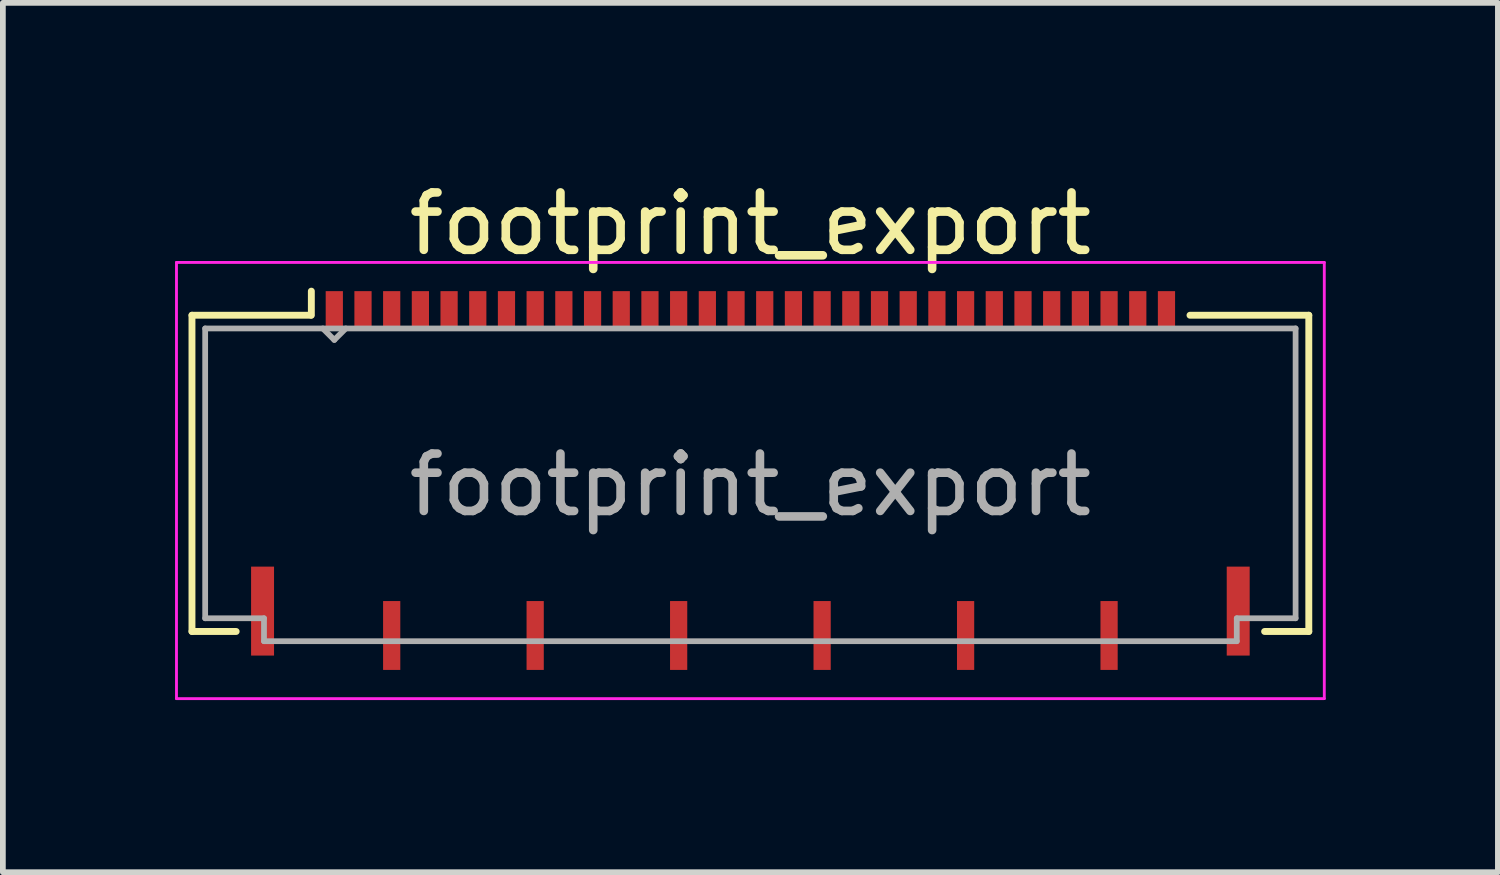
<source format=kicad_pcb>
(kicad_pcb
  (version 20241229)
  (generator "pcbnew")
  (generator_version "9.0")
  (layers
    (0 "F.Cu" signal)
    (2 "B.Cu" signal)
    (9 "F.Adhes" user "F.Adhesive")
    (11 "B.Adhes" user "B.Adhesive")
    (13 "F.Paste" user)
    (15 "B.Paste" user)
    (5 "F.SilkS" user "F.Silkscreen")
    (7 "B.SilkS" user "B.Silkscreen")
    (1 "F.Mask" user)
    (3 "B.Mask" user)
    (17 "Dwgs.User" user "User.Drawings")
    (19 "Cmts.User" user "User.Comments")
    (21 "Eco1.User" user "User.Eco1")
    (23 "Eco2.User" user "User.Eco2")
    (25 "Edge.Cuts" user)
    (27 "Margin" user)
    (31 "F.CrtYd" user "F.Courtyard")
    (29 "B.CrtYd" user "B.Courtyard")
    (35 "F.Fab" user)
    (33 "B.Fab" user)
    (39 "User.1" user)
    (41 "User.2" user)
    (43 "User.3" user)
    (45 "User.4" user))
  (footprint "footprint_export"
    (layer "F.Cu")
    (at 10.025 5.323)
    (property "Reference" "footprint_export" (at 0 -4.475 0) (layer "F.SilkS") (effects (font (size 1 1) (thickness 0.15))))
    (attr smd)
    (fp_line (start -9.73 -2.88) (end -9.73 2.63) (stroke (width 0.12) (type solid)) (layer "F.SilkS"))
    (fp_line (start -9.73 2.63) (end -8.96 2.63) (stroke (width 0.12) (type solid)) (layer "F.SilkS"))
    (fp_line (start -7.66 -2.88) (end -9.73 -2.88) (stroke (width 0.12) (type solid)) (layer "F.SilkS"))
    (fp_line (start -7.65 -2.88) (end -7.65 -3.3) (stroke (width 0.12) (type solid)) (layer "F.SilkS"))
    (fp_line (start 7.66 -2.88) (end 9.73 -2.88) (stroke (width 0.12) (type solid)) (layer "F.SilkS"))
    (fp_line (start 9.73 -2.88) (end 9.73 2.63) (stroke (width 0.12) (type solid)) (layer "F.SilkS"))
    (fp_line (start 9.73 2.63) (end 8.96 2.63) (stroke (width 0.12) (type solid)) (layer "F.SilkS"))
    (fp_line (start -10 -3.8) (end -10 3.8) (stroke (width 0.05) (type solid)) (layer "F.CrtYd"))
    (fp_line (start -10 -3.8) (end 10 -3.8) (stroke (width 0.05) (type solid)) (layer "F.CrtYd"))
    (fp_line (start -10 3.8) (end 10 3.8) (stroke (width 0.05) (type solid)) (layer "F.CrtYd"))
    (fp_line (start 10 -3.8) (end 10 3.8) (stroke (width 0.05) (type solid)) (layer "F.CrtYd"))
    (fp_line (start -9.5 -2.65) (end 9.5 -2.65) (stroke (width 0.1) (type solid)) (layer "F.Fab"))
    (fp_line (start -9.5 2.4) (end -9.5 -2.65) (stroke (width 0.1) (type solid)) (layer "F.Fab"))
    (fp_line (start -8.475 2.4) (end -9.5 2.4) (stroke (width 0.1) (type solid)) (layer "F.Fab"))
    (fp_line (start -8.475 2.8) (end -8.475 2.4) (stroke (width 0.1) (type solid)) (layer "F.Fab"))
    (fp_line (start -7.45 -2.65) (end -7.25 -2.45) (stroke (width 0.1) (type solid)) (layer "F.Fab"))
    (fp_line (start -7.25 -2.45) (end -7.05 -2.65) (stroke (width 0.1) (type solid)) (layer "F.Fab"))
    (fp_line (start 8.475 2.4) (end 8.475 2.8) (stroke (width 0.1) (type solid)) (layer "F.Fab"))
    (fp_line (start 8.475 2.8) (end -8.475 2.8) (stroke (width 0.1) (type solid)) (layer "F.Fab"))
    (fp_line (start 9.5 -2.65) (end 9.5 2.4) (stroke (width 0.1) (type solid)) (layer "F.Fab"))
    (fp_line (start 9.5 2.4) (end 8.475 2.4) (stroke (width 0.1) (type solid)) (layer "F.Fab"))
    (fp_text user "${REFERENCE}" (at 0 0.075 0) (layer "F.Fab") (effects (font (size 1 1) (thickness 0.15))))
    (pad "1" smd rect (at -7.25 -2.975) (size 0.3 0.65) (layers "F.Cu" "F.Mask" "F.Paste"))
    (pad "2" smd rect (at -6.75 -2.975) (size 0.3 0.65) (layers "F.Cu" "F.Mask" "F.Paste"))
    (pad "3" smd rect (at -6.25 -2.975) (size 0.3 0.65) (layers "F.Cu" "F.Mask" "F.Paste"))
    (pad "4" smd rect (at -5.75 -2.975) (size 0.3 0.65) (layers "F.Cu" "F.Mask" "F.Paste"))
    (pad "5" smd rect (at -5.25 -2.975) (size 0.3 0.65) (layers "F.Cu" "F.Mask" "F.Paste"))
    (pad "6" smd rect (at -4.75 -2.975) (size 0.3 0.65) (layers "F.Cu" "F.Mask" "F.Paste"))
    (pad "7" smd rect (at -4.25 -2.975) (size 0.3 0.65) (layers "F.Cu" "F.Mask" "F.Paste"))
    (pad "8" smd rect (at -3.75 -2.975) (size 0.3 0.65) (layers "F.Cu" "F.Mask" "F.Paste"))
    (pad "9" smd rect (at -3.25 -2.975) (size 0.3 0.65) (layers "F.Cu" "F.Mask" "F.Paste"))
    (pad "10" smd rect (at -2.75 -2.975) (size 0.3 0.65) (layers "F.Cu" "F.Mask" "F.Paste"))
    (pad "11" smd rect (at -2.25 -2.975) (size 0.3 0.65) (layers "F.Cu" "F.Mask" "F.Paste"))
    (pad "12" smd rect (at -1.75 -2.975) (size 0.3 0.65) (layers "F.Cu" "F.Mask" "F.Paste"))
    (pad "13" smd rect (at -1.25 -2.975) (size 0.3 0.65) (layers "F.Cu" "F.Mask" "F.Paste"))
    (pad "14" smd rect (at -0.75 -2.975) (size 0.3 0.65) (layers "F.Cu" "F.Mask" "F.Paste"))
    (pad "15" smd rect (at -0.25 -2.975) (size 0.3 0.65) (layers "F.Cu" "F.Mask" "F.Paste"))
    (pad "16" smd rect (at 0.25 -2.975) (size 0.3 0.65) (layers "F.Cu" "F.Mask" "F.Paste"))
    (pad "17" smd rect (at 0.75 -2.975) (size 0.3 0.65) (layers "F.Cu" "F.Mask" "F.Paste"))
    (pad "18" smd rect (at 1.25 -2.975) (size 0.3 0.65) (layers "F.Cu" "F.Mask" "F.Paste"))
    (pad "19" smd rect (at 1.75 -2.975) (size 0.3 0.65) (layers "F.Cu" "F.Mask" "F.Paste"))
    (pad "20" smd rect (at 2.25 -2.975) (size 0.3 0.65) (layers "F.Cu" "F.Mask" "F.Paste"))
    (pad "21" smd rect (at 2.75 -2.975) (size 0.3 0.65) (layers "F.Cu" "F.Mask" "F.Paste"))
    (pad "22" smd rect (at 3.25 -2.975) (size 0.3 0.65) (layers "F.Cu" "F.Mask" "F.Paste"))
    (pad "23" smd rect (at 3.75 -2.975) (size 0.3 0.65) (layers "F.Cu" "F.Mask" "F.Paste"))
    (pad "24" smd rect (at 4.25 -2.975) (size 0.3 0.65) (layers "F.Cu" "F.Mask" "F.Paste"))
    (pad "25" smd rect (at 4.75 -2.975) (size 0.3 0.65) (layers "F.Cu" "F.Mask" "F.Paste"))
    (pad "26" smd rect (at 5.25 -2.975) (size 0.3 0.65) (layers "F.Cu" "F.Mask" "F.Paste"))
    (pad "27" smd rect (at 5.75 -2.975) (size 0.3 0.65) (layers "F.Cu" "F.Mask" "F.Paste"))
    (pad "28" smd rect (at 6.25 -2.975) (size 0.3 0.65) (layers "F.Cu" "F.Mask" "F.Paste"))
    (pad "29" smd rect (at 6.75 -2.975) (size 0.3 0.65) (layers "F.Cu" "F.Mask" "F.Paste"))
    (pad "30" smd rect (at 7.25 -2.975) (size 0.3 0.65) (layers "F.Cu" "F.Mask" "F.Paste"))
    (pad "MP" smd rect (at -8.5 2.275) (size 0.4 1.55) (layers "F.Cu" "F.Mask" "F.Paste"))
    (pad "MP" smd rect (at 8.5 2.275) (size 0.4 1.55) (layers "F.Cu" "F.Mask" "F.Paste"))
    (pad "SH" smd rect (at -6.25 2.7) (size 0.3 1.2) (layers "F.Cu" "F.Mask" "F.Paste"))
    (pad "SH" smd rect (at -3.75 2.7) (size 0.3 1.2) (layers "F.Cu" "F.Mask" "F.Paste"))
    (pad "SH" smd rect (at -1.25 2.7) (size 0.3 1.2) (layers "F.Cu" "F.Mask" "F.Paste"))
    (pad "SH" smd rect (at 1.25 2.7) (size 0.3 1.2) (layers "F.Cu" "F.Mask" "F.Paste"))
    (pad "SH" smd rect (at 3.75 2.7) (size 0.3 1.2) (layers "F.Cu" "F.Mask" "F.Paste"))
    (pad "SH" smd rect (at 6.25 2.7) (size 0.3 1.2) (layers "F.Cu" "F.Mask" "F.Paste")))
  (gr_rect
    (start -3 -3)
    (end 23.05 12.148)
    (stroke (width 0.1) (type default))
    (fill no)
    (layer "Edge.Cuts")))
</source>
